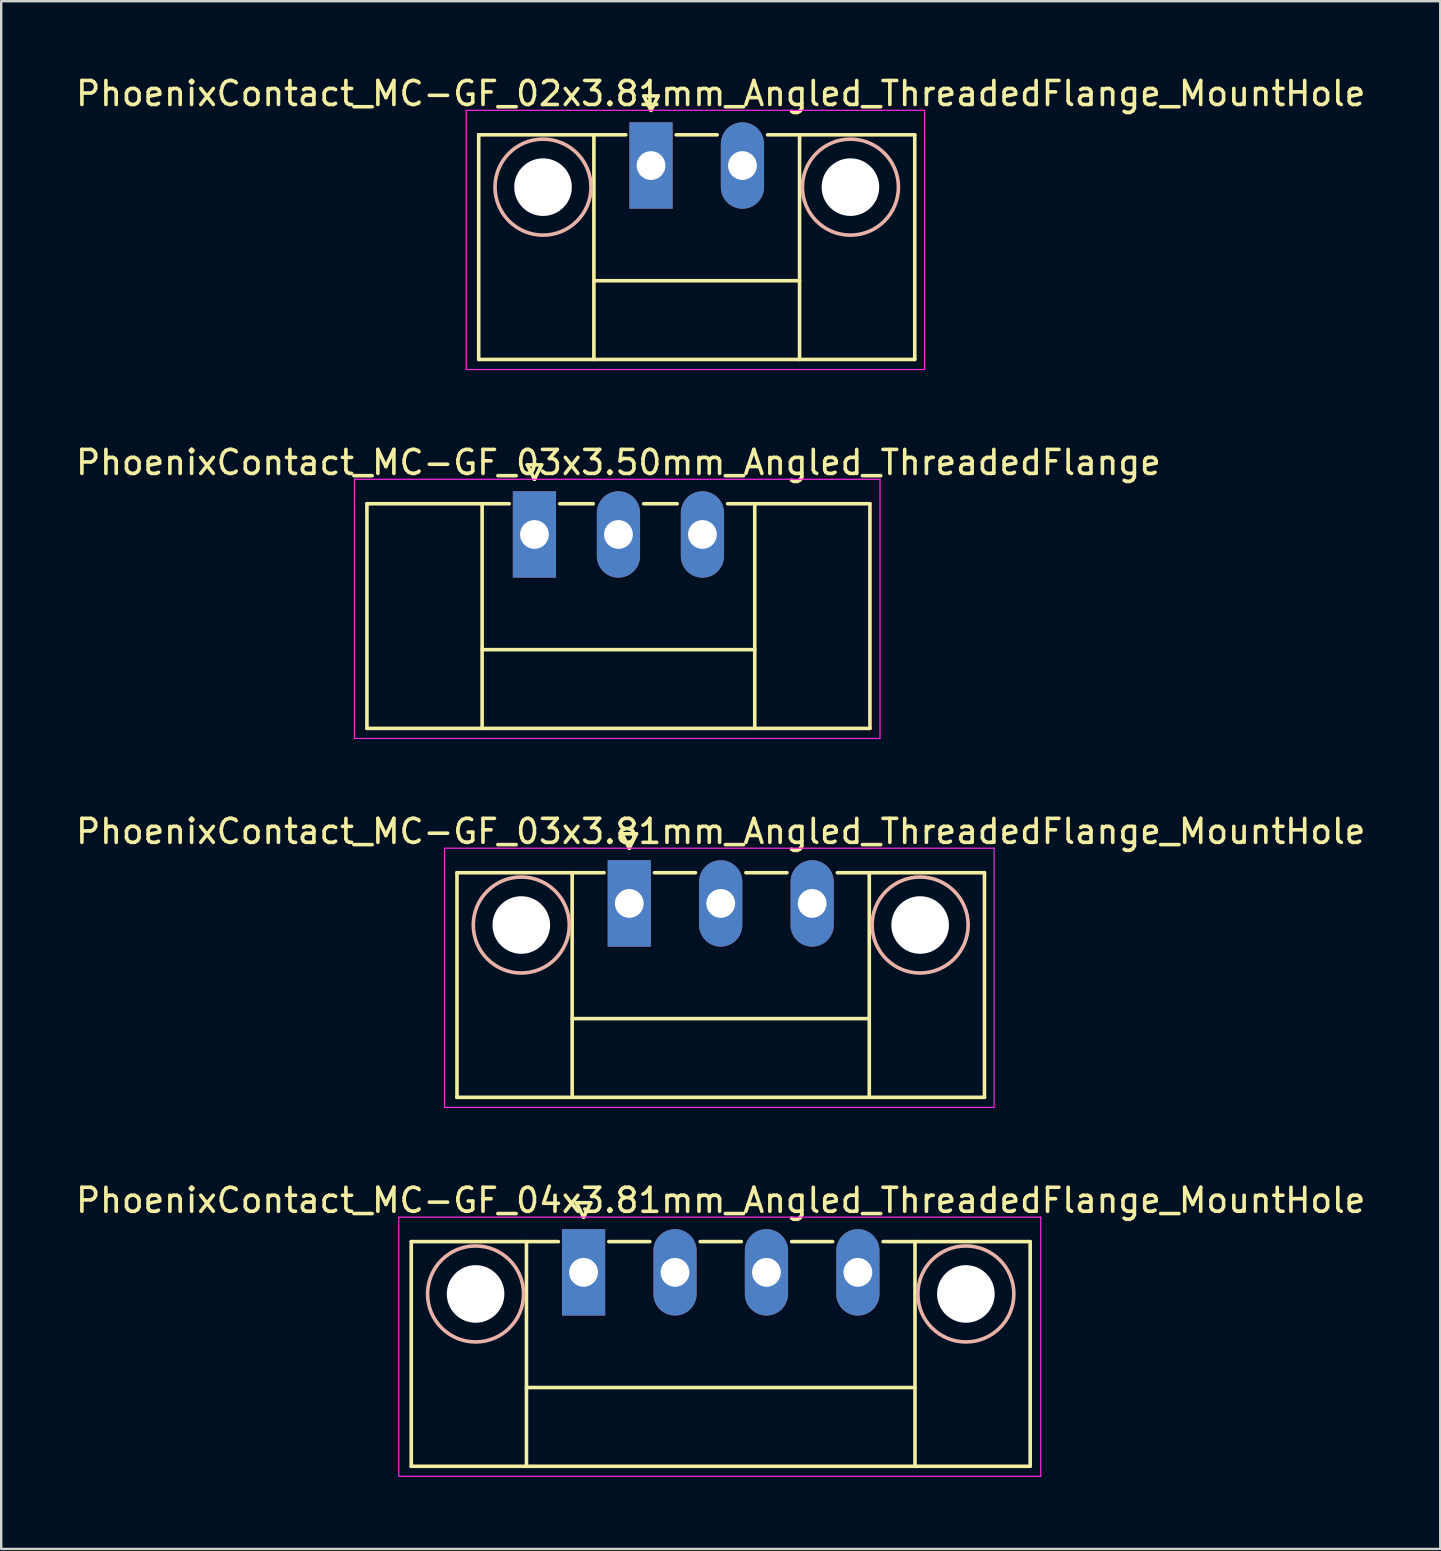
<source format=kicad_pcb>
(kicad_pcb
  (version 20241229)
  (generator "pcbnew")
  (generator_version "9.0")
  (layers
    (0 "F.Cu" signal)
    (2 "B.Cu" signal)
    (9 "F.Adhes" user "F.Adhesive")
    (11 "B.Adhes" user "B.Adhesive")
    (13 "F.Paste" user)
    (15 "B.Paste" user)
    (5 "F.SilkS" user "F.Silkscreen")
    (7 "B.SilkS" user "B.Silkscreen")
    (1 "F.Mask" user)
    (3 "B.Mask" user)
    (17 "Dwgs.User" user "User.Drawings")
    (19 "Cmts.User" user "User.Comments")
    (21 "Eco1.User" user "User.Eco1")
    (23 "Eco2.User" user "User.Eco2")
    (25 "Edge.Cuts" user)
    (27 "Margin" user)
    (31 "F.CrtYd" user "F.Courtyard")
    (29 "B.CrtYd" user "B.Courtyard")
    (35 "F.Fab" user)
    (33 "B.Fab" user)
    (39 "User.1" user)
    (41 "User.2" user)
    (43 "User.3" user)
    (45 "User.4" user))
  (footprint "PhoenixContact_MC-GF_03x3.81mm_Angled_ThreadedFlange_MountHole"
    (layer "F.Cu")
    (at 23.172 34.595)
    (property "Reference" "PhoenixContact_MC-GF_03x3.81mm_Angled_ThreadedFlange_MountHole" (at 3.81 -3 0) (layer "F.SilkS") (effects (font (size 1 1) (thickness 0.15))))
    (attr through_hole)
    (fp_line (start -7.18 -1.28) (end -7.18 8.08) (stroke (width 0.15) (type solid)) (layer "F.SilkS"))
    (fp_line (start -7.18 -1.28) (end -1.05 -1.28) (stroke (width 0.15) (type solid)) (layer "F.SilkS"))
    (fp_line (start -7.18 8.08) (end 14.8 8.08) (stroke (width 0.15) (type solid)) (layer "F.SilkS"))
    (fp_line (start -2.38 -1.28) (end -2.38 8.08) (stroke (width 0.15) (type solid)) (layer "F.SilkS"))
    (fp_line (start -2.38 4.8) (end 10 4.8) (stroke (width 0.15) (type solid)) (layer "F.SilkS"))
    (fp_line (start -0.3 -2.9) (end 0 -2.3) (stroke (width 0.15) (type solid)) (layer "F.SilkS"))
    (fp_line (start 0 -2.3) (end 0.3 -2.9) (stroke (width 0.15) (type solid)) (layer "F.SilkS"))
    (fp_line (start 0.3 -2.9) (end -0.3 -2.9) (stroke (width 0.15) (type solid)) (layer "F.SilkS"))
    (fp_line (start 1.05 -1.28) (end 2.76 -1.28) (stroke (width 0.15) (type solid)) (layer "F.SilkS"))
    (fp_line (start 4.86 -1.28) (end 6.57 -1.28) (stroke (width 0.15) (type solid)) (layer "F.SilkS"))
    (fp_line (start 10 -1.28) (end 10 8.08) (stroke (width 0.15) (type solid)) (layer "F.SilkS"))
    (fp_line (start 14.8 -1.28) (end 8.67 -1.28) (stroke (width 0.15) (type solid)) (layer "F.SilkS"))
    (fp_line (start 14.8 8.08) (end 14.8 -1.28) (stroke (width 0.15) (type solid)) (layer "F.SilkS"))
    (fp_circle (center -4.5 0.9) (end -2.5 0.9) (stroke (width 0.15) (type solid)) (fill no) (layer "B.SilkS"))
    (fp_circle (center 12.12 0.9) (end 14.12 0.9) (stroke (width 0.15) (type solid)) (fill no) (layer "B.SilkS"))
    (fp_line (start -7.7 -2.3) (end -7.7 8.5) (stroke (width 0.05) (type solid)) (layer "F.CrtYd"))
    (fp_line (start -7.7 8.5) (end 15.2 8.5) (stroke (width 0.05) (type solid)) (layer "F.CrtYd"))
    (fp_line (start 15.2 -2.3) (end -7.7 -2.3) (stroke (width 0.05) (type solid)) (layer "F.CrtYd"))
    (fp_line (start 15.2 8.5) (end 15.2 -2.3) (stroke (width 0.05) (type solid)) (layer "F.CrtYd"))
    (pad "" np_thru_hole circle (at -4.5 0.9) (size 2.4 2.4) (drill 2.4) (layers "*.Cu" "*.Mask"))
    (pad "" np_thru_hole circle (at 12.12 0.9) (size 2.4 2.4) (drill 2.4) (layers "*.Cu" "*.Mask"))
    (pad "1" thru_hole rect (at 0 0) (size 1.8 3.6) (drill 1.2) (layers "*.Cu" "*.Mask"))
    (pad "2" thru_hole oval (at 3.81 0) (size 1.8 3.6) (drill 1.2) (layers "*.Cu" "*.Mask"))
    (pad "3" thru_hole oval (at 7.62 0) (size 1.8 3.6) (drill 1.2) (layers "*.Cu" "*.Mask")))
  (footprint "PhoenixContact_MC-GF_03x3.50mm_Angled_ThreadedFlange"
    (layer "F.Cu")
    (at 19.22 19.221)
    (property "Reference" "PhoenixContact_MC-GF_03x3.50mm_Angled_ThreadedFlange" (at 3.5 -3 0) (layer "F.SilkS") (effects (font (size 1 1) (thickness 0.15))))
    (attr through_hole)
    (fp_line (start -6.98 -1.28) (end -6.98 8.08) (stroke (width 0.15) (type solid)) (layer "F.SilkS"))
    (fp_line (start -6.98 -1.28) (end -1.05 -1.28) (stroke (width 0.15) (type solid)) (layer "F.SilkS"))
    (fp_line (start -6.98 8.08) (end 13.98 8.08) (stroke (width 0.15) (type solid)) (layer "F.SilkS"))
    (fp_line (start -2.18 -1.28) (end -2.18 8.08) (stroke (width 0.15) (type solid)) (layer "F.SilkS"))
    (fp_line (start -2.18 4.8) (end 9.18 4.8) (stroke (width 0.15) (type solid)) (layer "F.SilkS"))
    (fp_line (start -0.3 -2.9) (end 0 -2.3) (stroke (width 0.15) (type solid)) (layer "F.SilkS"))
    (fp_line (start 0 -2.3) (end 0.3 -2.9) (stroke (width 0.15) (type solid)) (layer "F.SilkS"))
    (fp_line (start 0.3 -2.9) (end -0.3 -2.9) (stroke (width 0.15) (type solid)) (layer "F.SilkS"))
    (fp_line (start 1.05 -1.28) (end 2.45 -1.28) (stroke (width 0.15) (type solid)) (layer "F.SilkS"))
    (fp_line (start 4.55 -1.28) (end 5.95 -1.28) (stroke (width 0.15) (type solid)) (layer "F.SilkS"))
    (fp_line (start 9.18 -1.28) (end 9.18 8.08) (stroke (width 0.15) (type solid)) (layer "F.SilkS"))
    (fp_line (start 13.98 -1.28) (end 8.05 -1.28) (stroke (width 0.15) (type solid)) (layer "F.SilkS"))
    (fp_line (start 13.98 8.08) (end 13.98 -1.28) (stroke (width 0.15) (type solid)) (layer "F.SilkS"))
    (fp_line (start -7.5 -2.3) (end -7.5 8.5) (stroke (width 0.05) (type solid)) (layer "F.CrtYd"))
    (fp_line (start -7.5 8.5) (end 14.4 8.5) (stroke (width 0.05) (type solid)) (layer "F.CrtYd"))
    (fp_line (start 14.4 -2.3) (end -7.5 -2.3) (stroke (width 0.05) (type solid)) (layer "F.CrtYd"))
    (fp_line (start 14.4 8.5) (end 14.4 -2.3) (stroke (width 0.05) (type solid)) (layer "F.CrtYd"))
    (pad "1" thru_hole rect (at 0 0) (size 1.8 3.6) (drill 1.2) (layers "*.Cu" "*.Mask"))
    (pad "2" thru_hole oval (at 3.5 0) (size 1.8 3.6) (drill 1.2) (layers "*.Cu" "*.Mask"))
    (pad "3" thru_hole oval (at 7 0) (size 1.8 3.6) (drill 1.2) (layers "*.Cu" "*.Mask")))
  (footprint "PhoenixContact_MC-GF_02x3.81mm_Angled_ThreadedFlange_MountHole"
    (layer "F.Cu")
    (at 24.077 3.848)
    (property "Reference" "PhoenixContact_MC-GF_02x3.81mm_Angled_ThreadedFlange_MountHole" (at 2.905 -3 0) (layer "F.SilkS") (effects (font (size 1 1) (thickness 0.15))))
    (attr through_hole)
    (fp_line (start -7.18 -1.28) (end -7.18 8.08) (stroke (width 0.15) (type solid)) (layer "F.SilkS"))
    (fp_line (start -7.18 -1.28) (end -1.05 -1.28) (stroke (width 0.15) (type solid)) (layer "F.SilkS"))
    (fp_line (start -7.18 8.08) (end 10.99 8.08) (stroke (width 0.15) (type solid)) (layer "F.SilkS"))
    (fp_line (start -2.38 -1.28) (end -2.38 8.08) (stroke (width 0.15) (type solid)) (layer "F.SilkS"))
    (fp_line (start -2.38 4.8) (end 6.19 4.8) (stroke (width 0.15) (type solid)) (layer "F.SilkS"))
    (fp_line (start -0.3 -2.9) (end 0 -2.3) (stroke (width 0.15) (type solid)) (layer "F.SilkS"))
    (fp_line (start 0 -2.3) (end 0.3 -2.9) (stroke (width 0.15) (type solid)) (layer "F.SilkS"))
    (fp_line (start 0.3 -2.9) (end -0.3 -2.9) (stroke (width 0.15) (type solid)) (layer "F.SilkS"))
    (fp_line (start 1.05 -1.28) (end 2.76 -1.28) (stroke (width 0.15) (type solid)) (layer "F.SilkS"))
    (fp_line (start 6.19 -1.28) (end 6.19 8.08) (stroke (width 0.15) (type solid)) (layer "F.SilkS"))
    (fp_line (start 10.99 -1.28) (end 4.86 -1.28) (stroke (width 0.15) (type solid)) (layer "F.SilkS"))
    (fp_line (start 10.99 8.08) (end 10.99 -1.28) (stroke (width 0.15) (type solid)) (layer "F.SilkS"))
    (fp_circle (center -4.5 0.9) (end -2.5 0.9) (stroke (width 0.15) (type solid)) (fill no) (layer "B.SilkS"))
    (fp_circle (center 8.31 0.9) (end 10.31 0.9) (stroke (width 0.15) (type solid)) (fill no) (layer "B.SilkS"))
    (fp_line (start -7.7 -2.3) (end -7.7 8.5) (stroke (width 0.05) (type solid)) (layer "F.CrtYd"))
    (fp_line (start -7.7 8.5) (end 11.4 8.5) (stroke (width 0.05) (type solid)) (layer "F.CrtYd"))
    (fp_line (start 11.4 -2.3) (end -7.7 -2.3) (stroke (width 0.05) (type solid)) (layer "F.CrtYd"))
    (fp_line (start 11.4 8.5) (end 11.4 -2.3) (stroke (width 0.05) (type solid)) (layer "F.CrtYd"))
    (pad "" np_thru_hole circle (at -4.5 0.9) (size 2.4 2.4) (drill 2.4) (layers "*.Cu" "*.Mask"))
    (pad "" np_thru_hole circle (at 8.31 0.9) (size 2.4 2.4) (drill 2.4) (layers "*.Cu" "*.Mask"))
    (pad "1" thru_hole rect (at 0 0) (size 1.8 3.6) (drill 1.2) (layers "*.Cu" "*.Mask"))
    (pad "2" thru_hole oval (at 3.81 0) (size 1.8 3.6) (drill 1.2) (layers "*.Cu" "*.Mask")))
  (footprint "PhoenixContact_MC-GF_04x3.81mm_Angled_ThreadedFlange_MountHole"
    (layer "F.Cu")
    (at 21.267 49.968)
    (property "Reference" "PhoenixContact_MC-GF_04x3.81mm_Angled_ThreadedFlange_MountHole" (at 5.715 -3 0) (layer "F.SilkS") (effects (font (size 1 1) (thickness 0.15))))
    (attr through_hole)
    (fp_line (start -7.18 -1.28) (end -7.18 8.08) (stroke (width 0.15) (type solid)) (layer "F.SilkS"))
    (fp_line (start -7.18 -1.28) (end -1.05 -1.28) (stroke (width 0.15) (type solid)) (layer "F.SilkS"))
    (fp_line (start -7.18 8.08) (end 18.61 8.08) (stroke (width 0.15) (type solid)) (layer "F.SilkS"))
    (fp_line (start -2.38 -1.28) (end -2.38 8.08) (stroke (width 0.15) (type solid)) (layer "F.SilkS"))
    (fp_line (start -2.38 4.8) (end 13.81 4.8) (stroke (width 0.15) (type solid)) (layer "F.SilkS"))
    (fp_line (start -0.3 -2.9) (end 0 -2.3) (stroke (width 0.15) (type solid)) (layer "F.SilkS"))
    (fp_line (start 0 -2.3) (end 0.3 -2.9) (stroke (width 0.15) (type solid)) (layer "F.SilkS"))
    (fp_line (start 0.3 -2.9) (end -0.3 -2.9) (stroke (width 0.15) (type solid)) (layer "F.SilkS"))
    (fp_line (start 1.05 -1.28) (end 2.76 -1.28) (stroke (width 0.15) (type solid)) (layer "F.SilkS"))
    (fp_line (start 4.86 -1.28) (end 6.57 -1.28) (stroke (width 0.15) (type solid)) (layer "F.SilkS"))
    (fp_line (start 8.67 -1.28) (end 10.38 -1.28) (stroke (width 0.15) (type solid)) (layer "F.SilkS"))
    (fp_line (start 13.81 -1.28) (end 13.81 8.08) (stroke (width 0.15) (type solid)) (layer "F.SilkS"))
    (fp_line (start 18.61 -1.28) (end 12.48 -1.28) (stroke (width 0.15) (type solid)) (layer "F.SilkS"))
    (fp_line (start 18.61 8.08) (end 18.61 -1.28) (stroke (width 0.15) (type solid)) (layer "F.SilkS"))
    (fp_circle (center -4.5 0.9) (end -2.5 0.9) (stroke (width 0.15) (type solid)) (fill no) (layer "B.SilkS"))
    (fp_circle (center 15.93 0.9) (end 17.93 0.9) (stroke (width 0.15) (type solid)) (fill no) (layer "B.SilkS"))
    (fp_line (start -7.7 -2.3) (end -7.7 8.5) (stroke (width 0.05) (type solid)) (layer "F.CrtYd"))
    (fp_line (start -7.7 8.5) (end 19.05 8.5) (stroke (width 0.05) (type solid)) (layer "F.CrtYd"))
    (fp_line (start 19.05 -2.3) (end -7.7 -2.3) (stroke (width 0.05) (type solid)) (layer "F.CrtYd"))
    (fp_line (start 19.05 8.5) (end 19.05 -2.3) (stroke (width 0.05) (type solid)) (layer "F.CrtYd"))
    (pad "" np_thru_hole circle (at -4.5 0.9) (size 2.4 2.4) (drill 2.4) (layers "*.Cu" "*.Mask"))
    (pad "" np_thru_hole circle (at 15.93 0.9) (size 2.4 2.4) (drill 2.4) (layers "*.Cu" "*.Mask"))
    (pad "1" thru_hole rect (at 0 0) (size 1.8 3.6) (drill 1.2) (layers "*.Cu" "*.Mask"))
    (pad "2" thru_hole oval (at 3.81 0) (size 1.8 3.6) (drill 1.2) (layers "*.Cu" "*.Mask"))
    (pad "3" thru_hole oval (at 7.62 0) (size 1.8 3.6) (drill 1.2) (layers "*.Cu" "*.Mask"))
    (pad "4" thru_hole oval (at 11.43 0) (size 1.8 3.6) (drill 1.2) (layers "*.Cu" "*.Mask")))
  (gr_rect
    (start -3 -3)
    (end 56.964 61.493)
    (stroke (width 0.1) (type default))
    (fill no)
    (layer "Edge.Cuts")))
</source>
